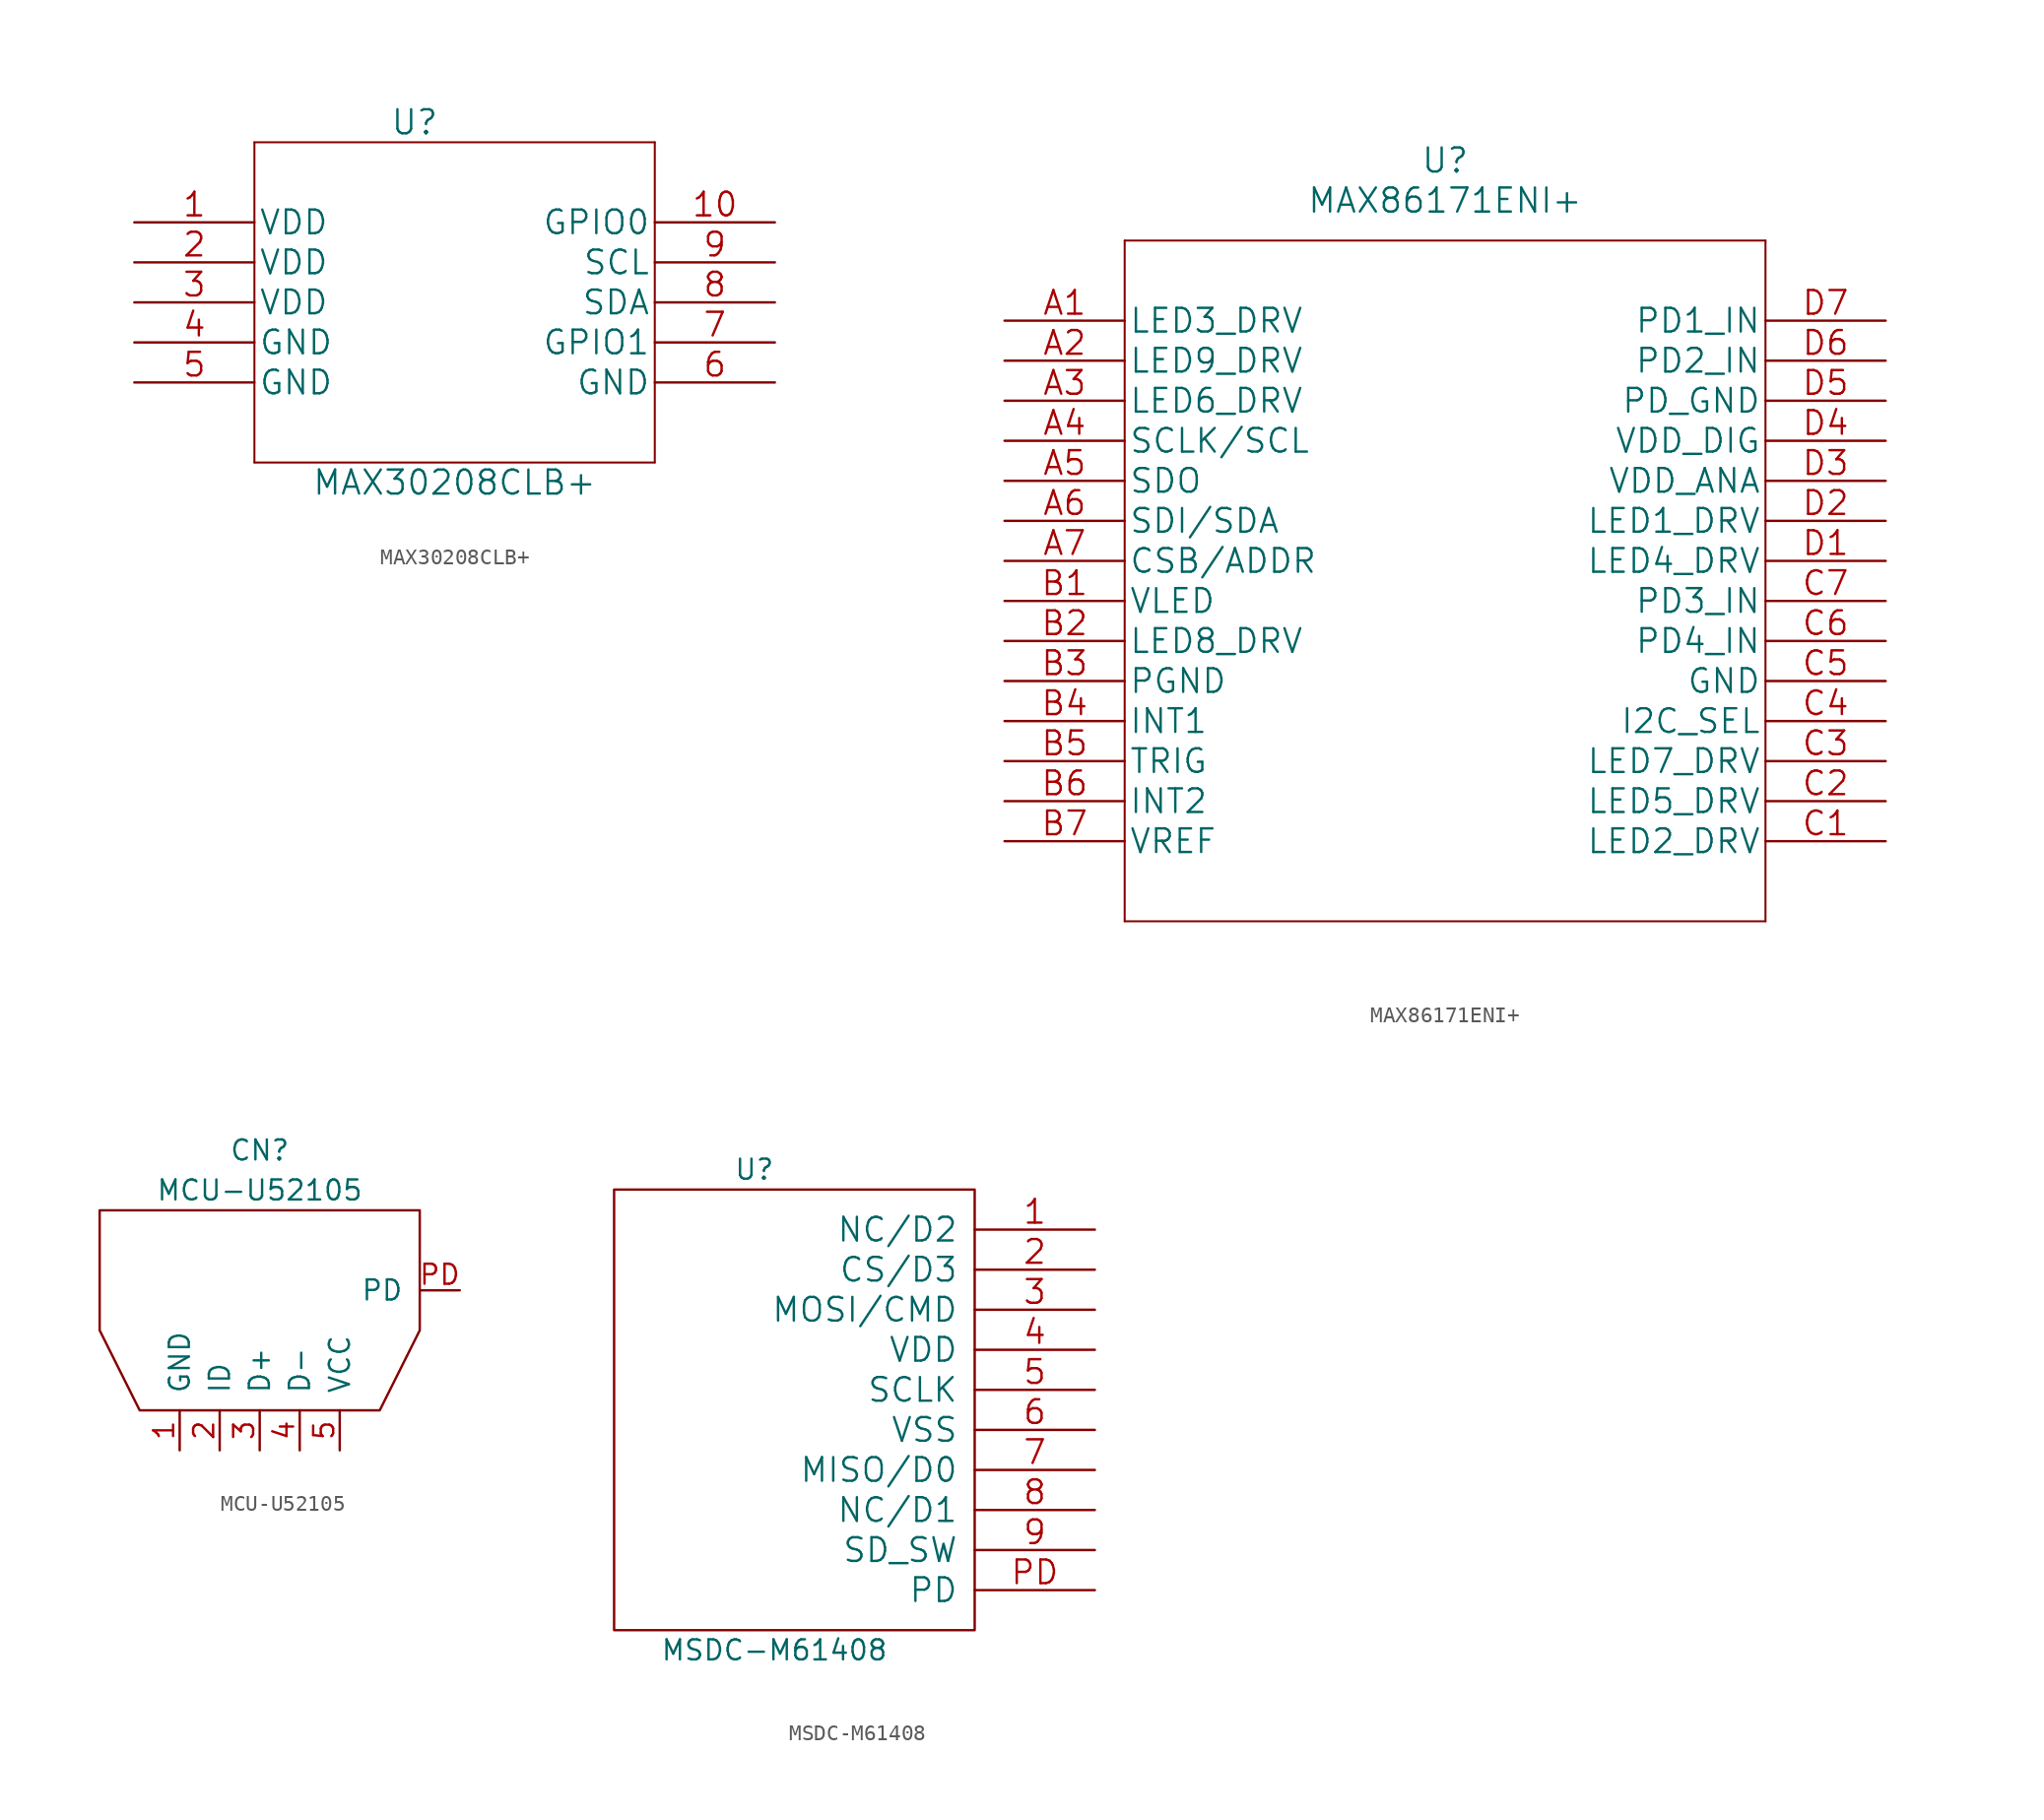
<source format=kicad_sym>
(kicad_symbol_lib
  (version 20211014)
  (generator kicad_symbol_editor)
  (symbol "MAX30208CLB+"
    (pin_names
      (offset 0.254))
    (property "Reference" "U"
      (at 17.78 6.35 0)
      (effects (font (size 1.524 1.524))))
    (property "Value" "MAX30208CLB+"
      (at 20.32 -16.51 0)
      (effects (font (size 1.524 1.524))))
    (property "Datasheet" ""
      (at 0 0 0)
      (effects (font (size 1.524 1.524))))
    (symbol "MAX30208CLB+_1_1"
      (polyline (pts (xy 7.62 -15.24) (xy 33.02 -15.24)) (stroke (width 0.127) (type default) (color 0 0 0 0)) (fill (type none)))
      (polyline (pts (xy 7.62 5.08) (xy 7.62 -15.24)) (stroke (width 0.127) (type default) (color 0 0 0 0)) (fill (type none)))
      (polyline (pts (xy 33.02 -15.24) (xy 33.02 5.08)) (stroke (width 0.127) (type default) (color 0 0 0 0)) (fill (type none)))
      (polyline (pts (xy 33.02 5.08) (xy 7.62 5.08)) (stroke (width 0.127) (type default) (color 0 0 0 0)) (fill (type none)))
      (pin power_in line (at 0 0 0) (length 7.62) (name "VDD" (effects (font (size 1.499 1.499)))) (number "1" (effects (font (size 1.499 1.499)))))
      (pin bidirectional line (at 40.64 0 180) (length 7.62) (name "GPIO0" (effects (font (size 1.499 1.499)))) (number "10" (effects (font (size 1.499 1.499)))))
      (pin power_in line (at 0 -2.54 0) (length 7.62) (name "VDD" (effects (font (size 1.499 1.499)))) (number "2" (effects (font (size 1.499 1.499)))))
      (pin power_in line (at 0 -5.08 0) (length 7.62) (name "VDD" (effects (font (size 1.499 1.499)))) (number "3" (effects (font (size 1.499 1.499)))))
      (pin power_in line (at 0 -7.62 0) (length 7.62) (name "GND" (effects (font (size 1.499 1.499)))) (number "4" (effects (font (size 1.499 1.499)))))
      (pin power_in line (at 0 -10.16 0) (length 7.62) (name "GND" (effects (font (size 1.499 1.499)))) (number "5" (effects (font (size 1.499 1.499)))))
      (pin power_in line (at 40.64 -10.16 180) (length 7.62) (name "GND" (effects (font (size 1.499 1.499)))) (number "6" (effects (font (size 1.499 1.499)))))
      (pin bidirectional line (at 40.64 -7.62 180) (length 7.62) (name "GPIO1" (effects (font (size 1.499 1.499)))) (number "7" (effects (font (size 1.499 1.499)))))
      (pin bidirectional line (at 40.64 -5.08 180) (length 7.62) (name "SDA" (effects (font (size 1.499 1.499)))) (number "8" (effects (font (size 1.499 1.499)))))
      (pin unspecified line (at 40.64 -2.54 180) (length 7.62) (name "SCL" (effects (font (size 1.499 1.499)))) (number "9" (effects (font (size 1.499 1.499)))))))
  (symbol "MAX86171ENI+"
    (pin_names
      (offset 0.254))
    (property "Reference" "U"
      (at 27.94 10.16 0)
      (effects (font (size 1.524 1.524))))
    (property "Value" "MAX86171ENI+"
      (at 27.94 7.62 0)
      (effects (font (size 1.524 1.524))))
    (property "Datasheet" ""
      (at 0 0 0)
      (effects (font (size 1.524 1.524))))
    (symbol "MAX86171ENI+_1_1"
      (polyline (pts (xy 7.62 -38.1) (xy 48.26 -38.1)) (stroke (width 0.127) (type default) (color 0 0 0 0)) (fill (type none)))
      (polyline (pts (xy 7.62 5.08) (xy 7.62 -38.1)) (stroke (width 0.127) (type default) (color 0 0 0 0)) (fill (type none)))
      (polyline (pts (xy 48.26 -38.1) (xy 48.26 5.08)) (stroke (width 0.127) (type default) (color 0 0 0 0)) (fill (type none)))
      (polyline (pts (xy 48.26 5.08) (xy 7.62 5.08)) (stroke (width 0.127) (type default) (color 0 0 0 0)) (fill (type none)))
      (pin output line (at 0 0 0) (length 7.62) (name "LED3_DRV" (effects (font (size 1.499 1.499)))) (number "A1" (effects (font (size 1.499 1.499)))))
      (pin output line (at 0 -2.54 0) (length 7.62) (name "LED9_DRV" (effects (font (size 1.499 1.499)))) (number "A2" (effects (font (size 1.499 1.499)))))
      (pin output line (at 0 -5.08 0) (length 7.62) (name "LED6_DRV" (effects (font (size 1.499 1.499)))) (number "A3" (effects (font (size 1.499 1.499)))))
      (pin unspecified line (at 0 -7.62 0) (length 7.62) (name "SCLK/SCL" (effects (font (size 1.499 1.499)))) (number "A4" (effects (font (size 1.499 1.499)))))
      (pin output line (at 0 -10.16 0) (length 7.62) (name "SDO" (effects (font (size 1.499 1.499)))) (number "A5" (effects (font (size 1.499 1.499)))))
      (pin input line (at 0 -12.7 0) (length 7.62) (name "SDI/SDA" (effects (font (size 1.499 1.499)))) (number "A6" (effects (font (size 1.499 1.499)))))
      (pin input line (at 0 -15.24 0) (length 7.62) (name "CSB/ADDR" (effects (font (size 1.499 1.499)))) (number "A7" (effects (font (size 1.499 1.499)))))
      (pin input line (at 0 -17.78 0) (length 7.62) (name "VLED" (effects (font (size 1.499 1.499)))) (number "B1" (effects (font (size 1.499 1.499)))))
      (pin output line (at 0 -20.32 0) (length 7.62) (name "LED8_DRV" (effects (font (size 1.499 1.499)))) (number "B2" (effects (font (size 1.499 1.499)))))
      (pin power_in line (at 0 -22.86 0) (length 7.62) (name "PGND" (effects (font (size 1.499 1.499)))) (number "B3" (effects (font (size 1.499 1.499)))))
      (pin output line (at 0 -25.4 0) (length 7.62) (name "INT1" (effects (font (size 1.499 1.499)))) (number "B4" (effects (font (size 1.499 1.499)))))
      (pin input line (at 0 -27.94 0) (length 7.62) (name "TRIG" (effects (font (size 1.499 1.499)))) (number "B5" (effects (font (size 1.499 1.499)))))
      (pin output line (at 0 -30.48 0) (length 7.62) (name "INT2" (effects (font (size 1.499 1.499)))) (number "B6" (effects (font (size 1.499 1.499)))))
      (pin unspecified line (at 0 -33.02 0) (length 7.62) (name "VREF" (effects (font (size 1.499 1.499)))) (number "B7" (effects (font (size 1.499 1.499)))))
      (pin output line (at 55.88 -33.02 180) (length 7.62) (name "LED2_DRV" (effects (font (size 1.499 1.499)))) (number "C1" (effects (font (size 1.499 1.499)))))
      (pin output line (at 55.88 -30.48 180) (length 7.62) (name "LED5_DRV" (effects (font (size 1.499 1.499)))) (number "C2" (effects (font (size 1.499 1.499)))))
      (pin output line (at 55.88 -27.94 180) (length 7.62) (name "LED7_DRV" (effects (font (size 1.499 1.499)))) (number "C3" (effects (font (size 1.499 1.499)))))
      (pin input line (at 55.88 -25.4 180) (length 7.62) (name "I2C_SEL" (effects (font (size 1.499 1.499)))) (number "C4" (effects (font (size 1.499 1.499)))))
      (pin power_in line (at 55.88 -22.86 180) (length 7.62) (name "GND" (effects (font (size 1.499 1.499)))) (number "C5" (effects (font (size 1.499 1.499)))))
      (pin input line (at 55.88 -20.32 180) (length 7.62) (name "PD4_IN" (effects (font (size 1.499 1.499)))) (number "C6" (effects (font (size 1.499 1.499)))))
      (pin input line (at 55.88 -17.78 180) (length 7.62) (name "PD3_IN" (effects (font (size 1.499 1.499)))) (number "C7" (effects (font (size 1.499 1.499)))))
      (pin output line (at 55.88 -15.24 180) (length 7.62) (name "LED4_DRV" (effects (font (size 1.499 1.499)))) (number "D1" (effects (font (size 1.499 1.499)))))
      (pin output line (at 55.88 -12.7 180) (length 7.62) (name "LED1_DRV" (effects (font (size 1.499 1.499)))) (number "D2" (effects (font (size 1.499 1.499)))))
      (pin power_in line (at 55.88 -10.16 180) (length 7.62) (name "VDD_ANA" (effects (font (size 1.499 1.499)))) (number "D3" (effects (font (size 1.499 1.499)))))
      (pin power_in line (at 55.88 -7.62 180) (length 7.62) (name "VDD_DIG" (effects (font (size 1.499 1.499)))) (number "D4" (effects (font (size 1.499 1.499)))))
      (pin unspecified line (at 55.88 -5.08 180) (length 7.62) (name "PD_GND" (effects (font (size 1.499 1.499)))) (number "D5" (effects (font (size 1.499 1.499)))))
      (pin input line (at 55.88 -2.54 180) (length 7.62) (name "PD2_IN" (effects (font (size 1.499 1.499)))) (number "D6" (effects (font (size 1.499 1.499)))))
      (pin input line (at 55.88 0 180) (length 7.62) (name "PD1_IN" (effects (font (size 1.499 1.499)))) (number "D7" (effects (font (size 1.499 1.499)))))))
  (symbol "MCU-U52105"
    (pin_names
      (offset 1.016))
    (property "Reference" "CN"
      (at 10.16 16.51 0)
      (effects (font (size 1.27 1.27))))
    (property "Value" "MCU-U52105"
      (at 10.16 13.97 0)
      (effects (font (size 1.27 1.27))))
    (symbol "MCU-U52105_0_1"
      (polyline (pts (xy 2.54 0) (xy 0 5.08) (xy 0 12.7) (xy 20.32 12.7) (xy 20.32 5.08) (xy 17.78 0) (xy 2.54 0)) (stroke (width 0) (type default) (color 0 0 0 0)) (fill (type none))))
    (symbol "MCU-U52105_1_1"
      (pin power_out line (at 5.08 -2.54 90) (length 2.54) (name "GND" (effects (font (size 1.27 1.27)))) (number "1" (effects (font (size 1.27 1.27)))))
      (pin bidirectional line (at 7.62 -2.54 90) (length 2.54) (name "ID" (effects (font (size 1.27 1.27)))) (number "2" (effects (font (size 1.27 1.27)))))
      (pin bidirectional line (at 10.16 -2.54 90) (length 2.54) (name "D+" (effects (font (size 1.27 1.27)))) (number "3" (effects (font (size 1.27 1.27)))))
      (pin bidirectional line (at 12.7 -2.54 90) (length 2.54) (name "D-" (effects (font (size 1.27 1.27)))) (number "4" (effects (font (size 1.27 1.27)))))
      (pin power_in line (at 15.24 -2.54 90) (length 2.54) (name "VCC" (effects (font (size 1.27 1.27)))) (number "5" (effects (font (size 1.27 1.27)))))
      (pin bidirectional line (at 22.86 7.62 180) (length 2.54) (name "PD" (effects (font (size 1.27 1.27)))) (number "PD" (effects (font (size 1.27 1.27)))))))
  (symbol "MSDC-M61408"
    (pin_names
      (offset 1.016))
    (property "Reference" "U"
      (at 8.89 29.21 0)
      (effects (font (size 1.27 1.27))))
    (property "Value" "MSDC-M61408"
      (at 10.16 -1.27 0)
      (effects (font (size 1.27 1.27))))
    (symbol "MSDC-M61408_0_1"
      (rectangle (start 0 0) (end 22.86 27.94) (stroke (width 0) (type default) (color 0 0 0 0)) (fill (type none))))
    (symbol "MSDC-M61408_1_1"
      (pin bidirectional line (at 30.48 25.4 180) (length 7.62) (name "NC/D2" (effects (font (size 1.499 1.499)))) (number "1" (effects (font (size 1.499 1.499)))))
      (pin bidirectional line (at 30.48 22.86 180) (length 7.62) (name "CS/D3" (effects (font (size 1.499 1.499)))) (number "2" (effects (font (size 1.499 1.499)))))
      (pin bidirectional line (at 30.48 20.32 180) (length 7.62) (name "MOSI/CMD" (effects (font (size 1.499 1.499)))) (number "3" (effects (font (size 1.499 1.499)))))
      (pin power_in line (at 30.48 17.78 180) (length 7.62) (name "VDD" (effects (font (size 1.499 1.499)))) (number "4" (effects (font (size 1.499 1.499)))))
      (pin bidirectional line (at 30.48 15.24 180) (length 7.62) (name "SCLK" (effects (font (size 1.499 1.499)))) (number "5" (effects (font (size 1.499 1.499)))))
      (pin power_out line (at 30.48 12.7 180) (length 7.62) (name "VSS" (effects (font (size 1.499 1.499)))) (number "6" (effects (font (size 1.499 1.499)))))
      (pin bidirectional line (at 30.48 10.16 180) (length 7.62) (name "MISO/D0" (effects (font (size 1.499 1.499)))) (number "7" (effects (font (size 1.499 1.499)))))
      (pin bidirectional line (at 30.48 7.62 180) (length 7.62) (name "NC/D1" (effects (font (size 1.499 1.499)))) (number "8" (effects (font (size 1.499 1.499)))))
      (pin output line (at 30.48 5.08 180) (length 7.62) (name "SD_SW" (effects (font (size 1.499 1.499)))) (number "9" (effects (font (size 1.499 1.499)))))
      (pin power_out line (at 30.48 2.54 180) (length 7.62) (name "PD" (effects (font (size 1.499 1.499)))) (number "PD" (effects (font (size 1.499 1.499))))))))
</source>
